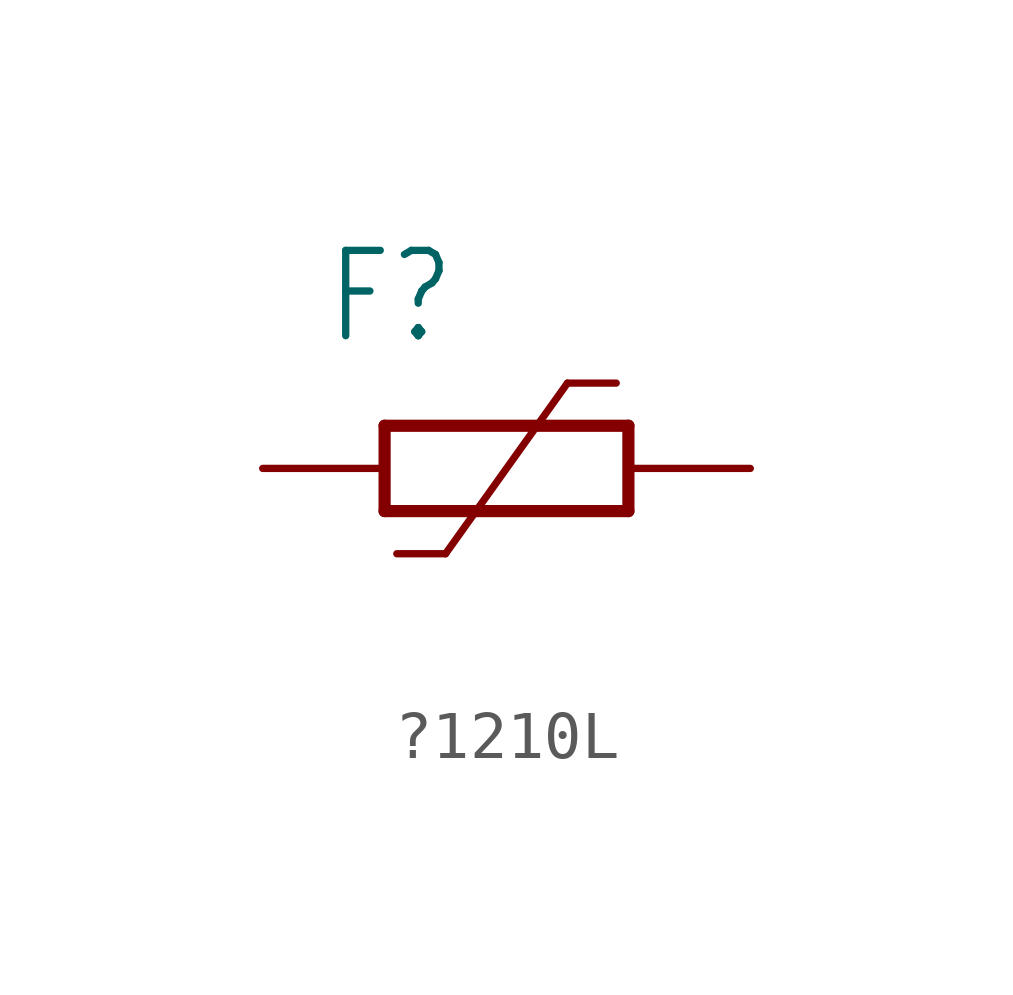
<source format=kicad_sym>
(kicad_symbol_lib
  (version 20231120)
  (generator "kicad_symbol_editor")
  (generator_version "8.0")
  (symbol "?1210L"
    (property "Reference" "F"
      (at -3.81 2.54 0)
      (effects (font (size 1.778 1.511)) (justify left bottom)))
    (property "Value" ""
      (at -3.81 -3.81 0)
      (effects (font (size 1.778 1.511)) (justify left bottom)))
    (property "ki_locked" ""
      (at 0 0 0)
      (effects (font (size 1.27 1.27))))
    (symbol "?1210L_1_0"
      (polyline (pts (xy -2.54 -0.889) (xy 2.54 -0.889)) (stroke (width 0.254) (type solid)) (fill (type none)))
      (polyline (pts (xy -2.54 0.889) (xy -2.54 -0.889)) (stroke (width 0.254) (type solid)) (fill (type none)))
      (polyline (pts (xy -1.27 -1.778) (xy -2.286 -1.778)) (stroke (width 0.152) (type solid)) (fill (type none)))
      (polyline (pts (xy 1.27 1.778) (xy -1.27 -1.778)) (stroke (width 0.152) (type solid)) (fill (type none)))
      (polyline (pts (xy 1.27 1.778) (xy 2.286 1.778)) (stroke (width 0.152) (type solid)) (fill (type none)))
      (polyline (pts (xy 2.54 0.889) (xy -2.54 0.889)) (stroke (width 0.254) (type solid)) (fill (type none)))
      (polyline (pts (xy 2.54 0.889) (xy 2.54 -0.889)) (stroke (width 0.254) (type solid)) (fill (type none)))
      (pin passive line (at 5.08 0 180) (length 2.54) (name "1" (effects (font (size 0 0)))) (number "1" (effects (font (size 0 0)))))
      (pin passive line (at -5.08 0 0) (length 2.54) (name "2" (effects (font (size 0 0)))) (number "2" (effects (font (size 0 0))))))))
</source>
